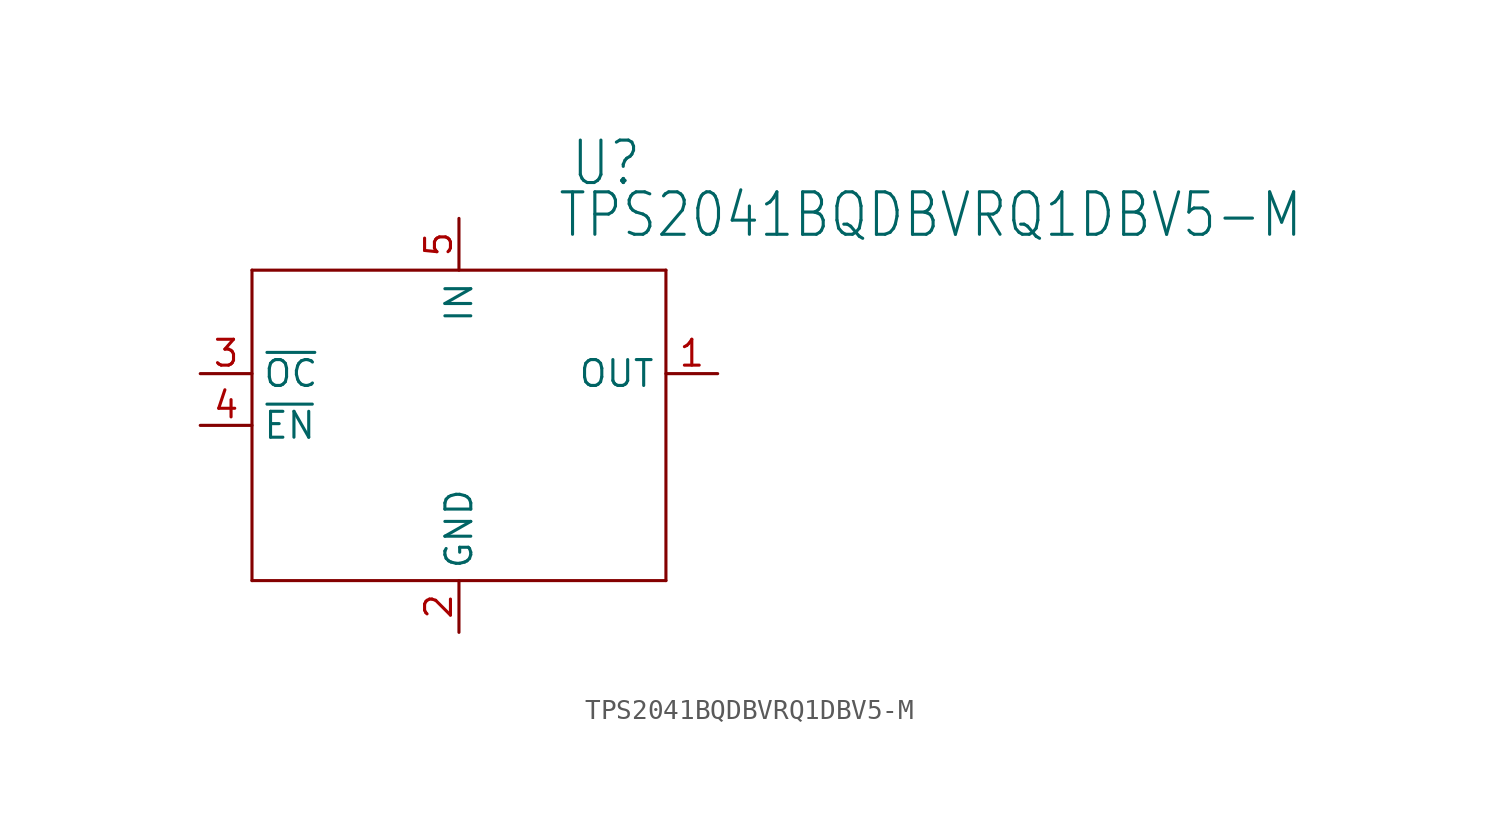
<source format=kicad_sym>
(kicad_symbol_lib
  (version 20211014)
  (generator kicad_symbol_editor)
  (symbol "TPS2041BQDBVRQ1DBV5-M"
    (property "Reference" "U"
      (at 5.436 9.119 0)
      (effects (font (size 2.083 1.77)) (justify left bottom)))
    (property "Value" "TPS2041BQDBVRQ1DBV5-M"
      (at 4.801 6.579 0)
      (effects (font (size 2.083 1.77)) (justify left bottom)))
    (property "ki_locked" ""
      (at 0 0 0)
      (effects (font (size 1.27 1.27))))
    (symbol "TPS2041BQDBVRQ1DBV5-M_1_0"
      (polyline (pts (xy -10.16 -10.16) (xy 10.16 -10.16)) (stroke (width 0.152) (type default) (color 0 0 0 0)) (fill (type none)))
      (polyline (pts (xy -10.16 5.08) (xy -10.16 -10.16)) (stroke (width 0.152) (type default) (color 0 0 0 0)) (fill (type none)))
      (polyline (pts (xy 10.16 -10.16) (xy 10.16 5.08)) (stroke (width 0.152) (type default) (color 0 0 0 0)) (fill (type none)))
      (polyline (pts (xy 10.16 5.08) (xy -10.16 5.08)) (stroke (width 0.152) (type default) (color 0 0 0 0)) (fill (type none)))
      (pin output line (at 12.7 0 180) (length 2.54) (name "OUT" (effects (font (size 1.27 1.27)))) (number "1" (effects (font (size 1.27 1.27)))))
      (pin power_in line (at 0 -12.7 90) (length 2.54) (name "GND" (effects (font (size 1.27 1.27)))) (number "2" (effects (font (size 1.27 1.27)))))
      (pin open_collector line (at -12.7 0 0) (length 2.54) (name "~{OC}" (effects (font (size 1.27 1.27)))) (number "3" (effects (font (size 1.27 1.27)))))
      (pin input line (at -12.7 -2.54 0) (length 2.54) (name "~{EN}" (effects (font (size 1.27 1.27)))) (number "4" (effects (font (size 1.27 1.27)))))
      (pin power_in line (at 0 7.62 270) (length 2.54) (name "IN" (effects (font (size 1.27 1.27)))) (number "5" (effects (font (size 1.27 1.27))))))))
</source>
